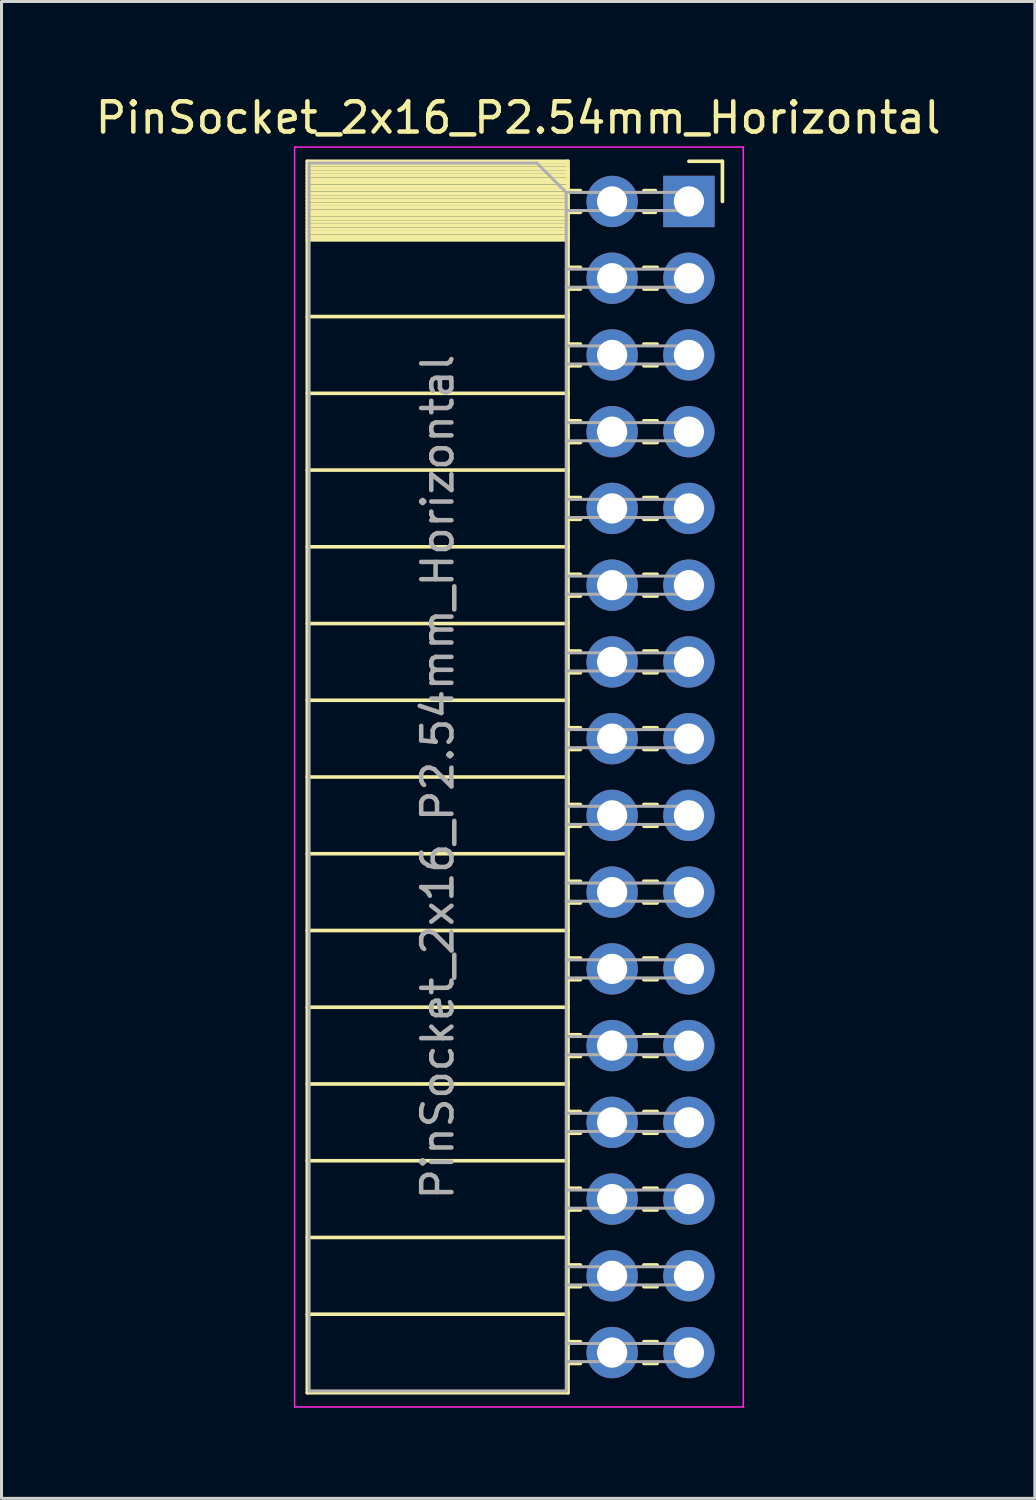
<source format=kicad_pcb>
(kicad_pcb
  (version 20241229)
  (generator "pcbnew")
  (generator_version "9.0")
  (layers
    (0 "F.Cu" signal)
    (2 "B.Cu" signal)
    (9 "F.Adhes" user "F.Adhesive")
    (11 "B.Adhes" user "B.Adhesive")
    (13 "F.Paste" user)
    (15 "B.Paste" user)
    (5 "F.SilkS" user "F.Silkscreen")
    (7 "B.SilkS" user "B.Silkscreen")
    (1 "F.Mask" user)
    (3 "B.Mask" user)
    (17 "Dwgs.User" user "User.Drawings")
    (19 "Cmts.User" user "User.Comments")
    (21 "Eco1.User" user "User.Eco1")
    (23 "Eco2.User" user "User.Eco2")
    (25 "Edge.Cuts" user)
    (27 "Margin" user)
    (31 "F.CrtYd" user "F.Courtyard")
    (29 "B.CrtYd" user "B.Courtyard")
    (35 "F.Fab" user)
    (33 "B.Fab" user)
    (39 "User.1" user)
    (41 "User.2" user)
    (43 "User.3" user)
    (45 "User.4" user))
  (footprint "PinSocket_2x16_P2.54mm_Horizontal"
    (layer "F.Cu")
    (at 19.751 3.618)
    (property "Reference" "PinSocket_2x16_P2.54mm_Horizontal" (at -5.65 -2.77 0) (layer "F.SilkS") (effects (font (size 1 1) (thickness 0.15))))
    (attr through_hole)
    (fp_line (start -12.63 -1.33) (end -12.63 39.43) (stroke (width 0.12) (type solid)) (layer "F.SilkS"))
    (fp_line (start -12.63 -1.33) (end -4 -1.33) (stroke (width 0.12) (type solid)) (layer "F.SilkS"))
    (fp_line (start -12.63 -1.21) (end -4 -1.21) (stroke (width 0.12) (type solid)) (layer "F.SilkS"))
    (fp_line (start -12.63 -1.092) (end -4 -1.092) (stroke (width 0.12) (type solid)) (layer "F.SilkS"))
    (fp_line (start -12.63 -0.974) (end -4 -0.974) (stroke (width 0.12) (type solid)) (layer "F.SilkS"))
    (fp_line (start -12.63 -0.856) (end -4 -0.856) (stroke (width 0.12) (type solid)) (layer "F.SilkS"))
    (fp_line (start -12.63 -0.738) (end -4 -0.738) (stroke (width 0.12) (type solid)) (layer "F.SilkS"))
    (fp_line (start -12.63 -0.62) (end -4 -0.62) (stroke (width 0.12) (type solid)) (layer "F.SilkS"))
    (fp_line (start -12.63 -0.501) (end -4 -0.501) (stroke (width 0.12) (type solid)) (layer "F.SilkS"))
    (fp_line (start -12.63 -0.383) (end -4 -0.383) (stroke (width 0.12) (type solid)) (layer "F.SilkS"))
    (fp_line (start -12.63 -0.265) (end -4 -0.265) (stroke (width 0.12) (type solid)) (layer "F.SilkS"))
    (fp_line (start -12.63 -0.147) (end -4 -0.147) (stroke (width 0.12) (type solid)) (layer "F.SilkS"))
    (fp_line (start -12.63 -0.029) (end -4 -0.029) (stroke (width 0.12) (type solid)) (layer "F.SilkS"))
    (fp_line (start -12.63 0.089) (end -4 0.089) (stroke (width 0.12) (type solid)) (layer "F.SilkS"))
    (fp_line (start -12.63 0.207) (end -4 0.207) (stroke (width 0.12) (type solid)) (layer "F.SilkS"))
    (fp_line (start -12.63 0.325) (end -4 0.325) (stroke (width 0.12) (type solid)) (layer "F.SilkS"))
    (fp_line (start -12.63 0.443) (end -4 0.443) (stroke (width 0.12) (type solid)) (layer "F.SilkS"))
    (fp_line (start -12.63 0.561) (end -4 0.561) (stroke (width 0.12) (type solid)) (layer "F.SilkS"))
    (fp_line (start -12.63 0.68) (end -4 0.68) (stroke (width 0.12) (type solid)) (layer "F.SilkS"))
    (fp_line (start -12.63 0.798) (end -4 0.798) (stroke (width 0.12) (type solid)) (layer "F.SilkS"))
    (fp_line (start -12.63 0.916) (end -4 0.916) (stroke (width 0.12) (type solid)) (layer "F.SilkS"))
    (fp_line (start -12.63 1.034) (end -4 1.034) (stroke (width 0.12) (type solid)) (layer "F.SilkS"))
    (fp_line (start -12.63 1.152) (end -4 1.152) (stroke (width 0.12) (type solid)) (layer "F.SilkS"))
    (fp_line (start -12.63 1.27) (end -4 1.27) (stroke (width 0.12) (type solid)) (layer "F.SilkS"))
    (fp_line (start -12.63 3.81) (end -4 3.81) (stroke (width 0.12) (type solid)) (layer "F.SilkS"))
    (fp_line (start -12.63 6.35) (end -4 6.35) (stroke (width 0.12) (type solid)) (layer "F.SilkS"))
    (fp_line (start -12.63 8.89) (end -4 8.89) (stroke (width 0.12) (type solid)) (layer "F.SilkS"))
    (fp_line (start -12.63 11.43) (end -4 11.43) (stroke (width 0.12) (type solid)) (layer "F.SilkS"))
    (fp_line (start -12.63 13.97) (end -4 13.97) (stroke (width 0.12) (type solid)) (layer "F.SilkS"))
    (fp_line (start -12.63 16.51) (end -4 16.51) (stroke (width 0.12) (type solid)) (layer "F.SilkS"))
    (fp_line (start -12.63 19.05) (end -4 19.05) (stroke (width 0.12) (type solid)) (layer "F.SilkS"))
    (fp_line (start -12.63 21.59) (end -4 21.59) (stroke (width 0.12) (type solid)) (layer "F.SilkS"))
    (fp_line (start -12.63 24.13) (end -4 24.13) (stroke (width 0.12) (type solid)) (layer "F.SilkS"))
    (fp_line (start -12.63 26.67) (end -4 26.67) (stroke (width 0.12) (type solid)) (layer "F.SilkS"))
    (fp_line (start -12.63 29.21) (end -4 29.21) (stroke (width 0.12) (type solid)) (layer "F.SilkS"))
    (fp_line (start -12.63 31.75) (end -4 31.75) (stroke (width 0.12) (type solid)) (layer "F.SilkS"))
    (fp_line (start -12.63 34.29) (end -4 34.29) (stroke (width 0.12) (type solid)) (layer "F.SilkS"))
    (fp_line (start -12.63 36.83) (end -4 36.83) (stroke (width 0.12) (type solid)) (layer "F.SilkS"))
    (fp_line (start -12.63 39.43) (end -4 39.43) (stroke (width 0.12) (type solid)) (layer "F.SilkS"))
    (fp_line (start -4 -1.33) (end -4 39.43) (stroke (width 0.12) (type solid)) (layer "F.SilkS"))
    (fp_line (start -4 -0.36) (end -3.59 -0.36) (stroke (width 0.12) (type solid)) (layer "F.SilkS"))
    (fp_line (start -4 0.36) (end -3.59 0.36) (stroke (width 0.12) (type solid)) (layer "F.SilkS"))
    (fp_line (start -4 2.18) (end -3.59 2.18) (stroke (width 0.12) (type solid)) (layer "F.SilkS"))
    (fp_line (start -4 2.9) (end -3.59 2.9) (stroke (width 0.12) (type solid)) (layer "F.SilkS"))
    (fp_line (start -4 4.72) (end -3.59 4.72) (stroke (width 0.12) (type solid)) (layer "F.SilkS"))
    (fp_line (start -4 5.44) (end -3.59 5.44) (stroke (width 0.12) (type solid)) (layer "F.SilkS"))
    (fp_line (start -4 7.26) (end -3.59 7.26) (stroke (width 0.12) (type solid)) (layer "F.SilkS"))
    (fp_line (start -4 7.98) (end -3.59 7.98) (stroke (width 0.12) (type solid)) (layer "F.SilkS"))
    (fp_line (start -4 9.8) (end -3.59 9.8) (stroke (width 0.12) (type solid)) (layer "F.SilkS"))
    (fp_line (start -4 10.52) (end -3.59 10.52) (stroke (width 0.12) (type solid)) (layer "F.SilkS"))
    (fp_line (start -4 12.34) (end -3.59 12.34) (stroke (width 0.12) (type solid)) (layer "F.SilkS"))
    (fp_line (start -4 13.06) (end -3.59 13.06) (stroke (width 0.12) (type solid)) (layer "F.SilkS"))
    (fp_line (start -4 14.88) (end -3.59 14.88) (stroke (width 0.12) (type solid)) (layer "F.SilkS"))
    (fp_line (start -4 15.6) (end -3.59 15.6) (stroke (width 0.12) (type solid)) (layer "F.SilkS"))
    (fp_line (start -4 17.42) (end -3.59 17.42) (stroke (width 0.12) (type solid)) (layer "F.SilkS"))
    (fp_line (start -4 18.14) (end -3.59 18.14) (stroke (width 0.12) (type solid)) (layer "F.SilkS"))
    (fp_line (start -4 19.96) (end -3.59 19.96) (stroke (width 0.12) (type solid)) (layer "F.SilkS"))
    (fp_line (start -4 20.68) (end -3.59 20.68) (stroke (width 0.12) (type solid)) (layer "F.SilkS"))
    (fp_line (start -4 22.5) (end -3.59 22.5) (stroke (width 0.12) (type solid)) (layer "F.SilkS"))
    (fp_line (start -4 23.22) (end -3.59 23.22) (stroke (width 0.12) (type solid)) (layer "F.SilkS"))
    (fp_line (start -4 25.04) (end -3.59 25.04) (stroke (width 0.12) (type solid)) (layer "F.SilkS"))
    (fp_line (start -4 25.76) (end -3.59 25.76) (stroke (width 0.12) (type solid)) (layer "F.SilkS"))
    (fp_line (start -4 27.58) (end -3.59 27.58) (stroke (width 0.12) (type solid)) (layer "F.SilkS"))
    (fp_line (start -4 28.3) (end -3.59 28.3) (stroke (width 0.12) (type solid)) (layer "F.SilkS"))
    (fp_line (start -4 30.12) (end -3.59 30.12) (stroke (width 0.12) (type solid)) (layer "F.SilkS"))
    (fp_line (start -4 30.84) (end -3.59 30.84) (stroke (width 0.12) (type solid)) (layer "F.SilkS"))
    (fp_line (start -4 32.66) (end -3.59 32.66) (stroke (width 0.12) (type solid)) (layer "F.SilkS"))
    (fp_line (start -4 33.38) (end -3.59 33.38) (stroke (width 0.12) (type solid)) (layer "F.SilkS"))
    (fp_line (start -4 35.2) (end -3.59 35.2) (stroke (width 0.12) (type solid)) (layer "F.SilkS"))
    (fp_line (start -4 35.92) (end -3.59 35.92) (stroke (width 0.12) (type solid)) (layer "F.SilkS"))
    (fp_line (start -4 37.74) (end -3.59 37.74) (stroke (width 0.12) (type solid)) (layer "F.SilkS"))
    (fp_line (start -4 38.46) (end -3.59 38.46) (stroke (width 0.12) (type solid)) (layer "F.SilkS"))
    (fp_line (start -1.49 -0.36) (end -1.11 -0.36) (stroke (width 0.12) (type solid)) (layer "F.SilkS"))
    (fp_line (start -1.49 0.36) (end -1.11 0.36) (stroke (width 0.12) (type solid)) (layer "F.SilkS"))
    (fp_line (start -1.49 2.18) (end -1.05 2.18) (stroke (width 0.12) (type solid)) (layer "F.SilkS"))
    (fp_line (start -1.49 2.9) (end -1.05 2.9) (stroke (width 0.12) (type solid)) (layer "F.SilkS"))
    (fp_line (start -1.49 4.72) (end -1.05 4.72) (stroke (width 0.12) (type solid)) (layer "F.SilkS"))
    (fp_line (start -1.49 5.44) (end -1.05 5.44) (stroke (width 0.12) (type solid)) (layer "F.SilkS"))
    (fp_line (start -1.49 7.26) (end -1.05 7.26) (stroke (width 0.12) (type solid)) (layer "F.SilkS"))
    (fp_line (start -1.49 7.98) (end -1.05 7.98) (stroke (width 0.12) (type solid)) (layer "F.SilkS"))
    (fp_line (start -1.49 9.8) (end -1.05 9.8) (stroke (width 0.12) (type solid)) (layer "F.SilkS"))
    (fp_line (start -1.49 10.52) (end -1.05 10.52) (stroke (width 0.12) (type solid)) (layer "F.SilkS"))
    (fp_line (start -1.49 12.34) (end -1.05 12.34) (stroke (width 0.12) (type solid)) (layer "F.SilkS"))
    (fp_line (start -1.49 13.06) (end -1.05 13.06) (stroke (width 0.12) (type solid)) (layer "F.SilkS"))
    (fp_line (start -1.49 14.88) (end -1.05 14.88) (stroke (width 0.12) (type solid)) (layer "F.SilkS"))
    (fp_line (start -1.49 15.6) (end -1.05 15.6) (stroke (width 0.12) (type solid)) (layer "F.SilkS"))
    (fp_line (start -1.49 17.42) (end -1.05 17.42) (stroke (width 0.12) (type solid)) (layer "F.SilkS"))
    (fp_line (start -1.49 18.14) (end -1.05 18.14) (stroke (width 0.12) (type solid)) (layer "F.SilkS"))
    (fp_line (start -1.49 19.96) (end -1.05 19.96) (stroke (width 0.12) (type solid)) (layer "F.SilkS"))
    (fp_line (start -1.49 20.68) (end -1.05 20.68) (stroke (width 0.12) (type solid)) (layer "F.SilkS"))
    (fp_line (start -1.49 22.5) (end -1.05 22.5) (stroke (width 0.12) (type solid)) (layer "F.SilkS"))
    (fp_line (start -1.49 23.22) (end -1.05 23.22) (stroke (width 0.12) (type solid)) (layer "F.SilkS"))
    (fp_line (start -1.49 25.04) (end -1.05 25.04) (stroke (width 0.12) (type solid)) (layer "F.SilkS"))
    (fp_line (start -1.49 25.76) (end -1.05 25.76) (stroke (width 0.12) (type solid)) (layer "F.SilkS"))
    (fp_line (start -1.49 27.58) (end -1.05 27.58) (stroke (width 0.12) (type solid)) (layer "F.SilkS"))
    (fp_line (start -1.49 28.3) (end -1.05 28.3) (stroke (width 0.12) (type solid)) (layer "F.SilkS"))
    (fp_line (start -1.49 30.12) (end -1.05 30.12) (stroke (width 0.12) (type solid)) (layer "F.SilkS"))
    (fp_line (start -1.49 30.84) (end -1.05 30.84) (stroke (width 0.12) (type solid)) (layer "F.SilkS"))
    (fp_line (start -1.49 32.66) (end -1.05 32.66) (stroke (width 0.12) (type solid)) (layer "F.SilkS"))
    (fp_line (start -1.49 33.38) (end -1.05 33.38) (stroke (width 0.12) (type solid)) (layer "F.SilkS"))
    (fp_line (start -1.49 35.2) (end -1.05 35.2) (stroke (width 0.12) (type solid)) (layer "F.SilkS"))
    (fp_line (start -1.49 35.92) (end -1.05 35.92) (stroke (width 0.12) (type solid)) (layer "F.SilkS"))
    (fp_line (start -1.49 37.74) (end -1.05 37.74) (stroke (width 0.12) (type solid)) (layer "F.SilkS"))
    (fp_line (start -1.49 38.46) (end -1.05 38.46) (stroke (width 0.12) (type solid)) (layer "F.SilkS"))
    (fp_line (start 0 -1.33) (end 1.11 -1.33) (stroke (width 0.12) (type solid)) (layer "F.SilkS"))
    (fp_line (start 1.11 -1.33) (end 1.11 0) (stroke (width 0.12) (type solid)) (layer "F.SilkS"))
    (fp_line (start -13.05 -1.8) (end -13.05 39.9) (stroke (width 0.05) (type solid)) (layer "F.CrtYd"))
    (fp_line (start -13.05 39.9) (end 1.8 39.9) (stroke (width 0.05) (type solid)) (layer "F.CrtYd"))
    (fp_line (start 1.8 -1.8) (end -13.05 -1.8) (stroke (width 0.05) (type solid)) (layer "F.CrtYd"))
    (fp_line (start 1.8 39.9) (end 1.8 -1.8) (stroke (width 0.05) (type solid)) (layer "F.CrtYd"))
    (fp_line (start -12.57 -1.27) (end -5.03 -1.27) (stroke (width 0.1) (type solid)) (layer "F.Fab"))
    (fp_line (start -12.57 39.37) (end -12.57 -1.27) (stroke (width 0.1) (type solid)) (layer "F.Fab"))
    (fp_line (start -5.03 -1.27) (end -4.06 -0.3) (stroke (width 0.1) (type solid)) (layer "F.Fab"))
    (fp_line (start -4.06 -0.3) (end -4.06 39.37) (stroke (width 0.1) (type solid)) (layer "F.Fab"))
    (fp_line (start -4.06 0.3) (end 0 0.3) (stroke (width 0.1) (type solid)) (layer "F.Fab"))
    (fp_line (start -4.06 2.84) (end 0 2.84) (stroke (width 0.1) (type solid)) (layer "F.Fab"))
    (fp_line (start -4.06 5.38) (end 0 5.38) (stroke (width 0.1) (type solid)) (layer "F.Fab"))
    (fp_line (start -4.06 7.92) (end 0 7.92) (stroke (width 0.1) (type solid)) (layer "F.Fab"))
    (fp_line (start -4.06 10.46) (end 0 10.46) (stroke (width 0.1) (type solid)) (layer "F.Fab"))
    (fp_line (start -4.06 13) (end 0 13) (stroke (width 0.1) (type solid)) (layer "F.Fab"))
    (fp_line (start -4.06 15.54) (end 0 15.54) (stroke (width 0.1) (type solid)) (layer "F.Fab"))
    (fp_line (start -4.06 18.08) (end 0 18.08) (stroke (width 0.1) (type solid)) (layer "F.Fab"))
    (fp_line (start -4.06 20.62) (end 0 20.62) (stroke (width 0.1) (type solid)) (layer "F.Fab"))
    (fp_line (start -4.06 23.16) (end 0 23.16) (stroke (width 0.1) (type solid)) (layer "F.Fab"))
    (fp_line (start -4.06 25.7) (end 0 25.7) (stroke (width 0.1) (type solid)) (layer "F.Fab"))
    (fp_line (start -4.06 28.24) (end 0 28.24) (stroke (width 0.1) (type solid)) (layer "F.Fab"))
    (fp_line (start -4.06 30.78) (end 0 30.78) (stroke (width 0.1) (type solid)) (layer "F.Fab"))
    (fp_line (start -4.06 33.32) (end 0 33.32) (stroke (width 0.1) (type solid)) (layer "F.Fab"))
    (fp_line (start -4.06 35.86) (end 0 35.86) (stroke (width 0.1) (type solid)) (layer "F.Fab"))
    (fp_line (start -4.06 38.4) (end 0 38.4) (stroke (width 0.1) (type solid)) (layer "F.Fab"))
    (fp_line (start -4.06 39.37) (end -12.57 39.37) (stroke (width 0.1) (type solid)) (layer "F.Fab"))
    (fp_line (start 0 -0.3) (end -4.06 -0.3) (stroke (width 0.1) (type solid)) (layer "F.Fab"))
    (fp_line (start 0 0.3) (end 0 -0.3) (stroke (width 0.1) (type solid)) (layer "F.Fab"))
    (fp_line (start 0 2.24) (end -4.06 2.24) (stroke (width 0.1) (type solid)) (layer "F.Fab"))
    (fp_line (start 0 2.84) (end 0 2.24) (stroke (width 0.1) (type solid)) (layer "F.Fab"))
    (fp_line (start 0 4.78) (end -4.06 4.78) (stroke (width 0.1) (type solid)) (layer "F.Fab"))
    (fp_line (start 0 5.38) (end 0 4.78) (stroke (width 0.1) (type solid)) (layer "F.Fab"))
    (fp_line (start 0 7.32) (end -4.06 7.32) (stroke (width 0.1) (type solid)) (layer "F.Fab"))
    (fp_line (start 0 7.92) (end 0 7.32) (stroke (width 0.1) (type solid)) (layer "F.Fab"))
    (fp_line (start 0 9.86) (end -4.06 9.86) (stroke (width 0.1) (type solid)) (layer "F.Fab"))
    (fp_line (start 0 10.46) (end 0 9.86) (stroke (width 0.1) (type solid)) (layer "F.Fab"))
    (fp_line (start 0 12.4) (end -4.06 12.4) (stroke (width 0.1) (type solid)) (layer "F.Fab"))
    (fp_line (start 0 13) (end 0 12.4) (stroke (width 0.1) (type solid)) (layer "F.Fab"))
    (fp_line (start 0 14.94) (end -4.06 14.94) (stroke (width 0.1) (type solid)) (layer "F.Fab"))
    (fp_line (start 0 15.54) (end 0 14.94) (stroke (width 0.1) (type solid)) (layer "F.Fab"))
    (fp_line (start 0 17.48) (end -4.06 17.48) (stroke (width 0.1) (type solid)) (layer "F.Fab"))
    (fp_line (start 0 18.08) (end 0 17.48) (stroke (width 0.1) (type solid)) (layer "F.Fab"))
    (fp_line (start 0 20.02) (end -4.06 20.02) (stroke (width 0.1) (type solid)) (layer "F.Fab"))
    (fp_line (start 0 20.62) (end 0 20.02) (stroke (width 0.1) (type solid)) (layer "F.Fab"))
    (fp_line (start 0 22.56) (end -4.06 22.56) (stroke (width 0.1) (type solid)) (layer "F.Fab"))
    (fp_line (start 0 23.16) (end 0 22.56) (stroke (width 0.1) (type solid)) (layer "F.Fab"))
    (fp_line (start 0 25.1) (end -4.06 25.1) (stroke (width 0.1) (type solid)) (layer "F.Fab"))
    (fp_line (start 0 25.7) (end 0 25.1) (stroke (width 0.1) (type solid)) (layer "F.Fab"))
    (fp_line (start 0 27.64) (end -4.06 27.64) (stroke (width 0.1) (type solid)) (layer "F.Fab"))
    (fp_line (start 0 28.24) (end 0 27.64) (stroke (width 0.1) (type solid)) (layer "F.Fab"))
    (fp_line (start 0 30.18) (end -4.06 30.18) (stroke (width 0.1) (type solid)) (layer "F.Fab"))
    (fp_line (start 0 30.78) (end 0 30.18) (stroke (width 0.1) (type solid)) (layer "F.Fab"))
    (fp_line (start 0 32.72) (end -4.06 32.72) (stroke (width 0.1) (type solid)) (layer "F.Fab"))
    (fp_line (start 0 33.32) (end 0 32.72) (stroke (width 0.1) (type solid)) (layer "F.Fab"))
    (fp_line (start 0 35.26) (end -4.06 35.26) (stroke (width 0.1) (type solid)) (layer "F.Fab"))
    (fp_line (start 0 35.86) (end 0 35.26) (stroke (width 0.1) (type solid)) (layer "F.Fab"))
    (fp_line (start 0 37.8) (end -4.06 37.8) (stroke (width 0.1) (type solid)) (layer "F.Fab"))
    (fp_line (start 0 38.4) (end 0 37.8) (stroke (width 0.1) (type solid)) (layer "F.Fab"))
    (fp_text user "${REFERENCE}" (at -8.315 19.05 90) (layer "F.Fab") (effects (font (size 1 1) (thickness 0.15))))
    (pad "1" thru_hole rect (at 0 0) (size 1.7 1.7) (drill 1) (layers "*.Cu" "*.Mask"))
    (pad "2" thru_hole oval (at -2.54 0) (size 1.7 1.7) (drill 1) (layers "*.Cu" "*.Mask"))
    (pad "3" thru_hole oval (at 0 2.54) (size 1.7 1.7) (drill 1) (layers "*.Cu" "*.Mask"))
    (pad "4" thru_hole oval (at -2.54 2.54) (size 1.7 1.7) (drill 1) (layers "*.Cu" "*.Mask"))
    (pad "5" thru_hole oval (at 0 5.08) (size 1.7 1.7) (drill 1) (layers "*.Cu" "*.Mask"))
    (pad "6" thru_hole oval (at -2.54 5.08) (size 1.7 1.7) (drill 1) (layers "*.Cu" "*.Mask"))
    (pad "7" thru_hole oval (at 0 7.62) (size 1.7 1.7) (drill 1) (layers "*.Cu" "*.Mask"))
    (pad "8" thru_hole oval (at -2.54 7.62) (size 1.7 1.7) (drill 1) (layers "*.Cu" "*.Mask"))
    (pad "9" thru_hole oval (at 0 10.16) (size 1.7 1.7) (drill 1) (layers "*.Cu" "*.Mask"))
    (pad "10" thru_hole oval (at -2.54 10.16) (size 1.7 1.7) (drill 1) (layers "*.Cu" "*.Mask"))
    (pad "11" thru_hole oval (at 0 12.7) (size 1.7 1.7) (drill 1) (layers "*.Cu" "*.Mask"))
    (pad "12" thru_hole oval (at -2.54 12.7) (size 1.7 1.7) (drill 1) (layers "*.Cu" "*.Mask"))
    (pad "13" thru_hole oval (at 0 15.24) (size 1.7 1.7) (drill 1) (layers "*.Cu" "*.Mask"))
    (pad "14" thru_hole oval (at -2.54 15.24) (size 1.7 1.7) (drill 1) (layers "*.Cu" "*.Mask"))
    (pad "15" thru_hole oval (at 0 17.78) (size 1.7 1.7) (drill 1) (layers "*.Cu" "*.Mask"))
    (pad "16" thru_hole oval (at -2.54 17.78) (size 1.7 1.7) (drill 1) (layers "*.Cu" "*.Mask"))
    (pad "17" thru_hole oval (at 0 20.32) (size 1.7 1.7) (drill 1) (layers "*.Cu" "*.Mask"))
    (pad "18" thru_hole oval (at -2.54 20.32) (size 1.7 1.7) (drill 1) (layers "*.Cu" "*.Mask"))
    (pad "19" thru_hole oval (at 0 22.86) (size 1.7 1.7) (drill 1) (layers "*.Cu" "*.Mask"))
    (pad "20" thru_hole oval (at -2.54 22.86) (size 1.7 1.7) (drill 1) (layers "*.Cu" "*.Mask"))
    (pad "21" thru_hole oval (at 0 25.4) (size 1.7 1.7) (drill 1) (layers "*.Cu" "*.Mask"))
    (pad "22" thru_hole oval (at -2.54 25.4) (size 1.7 1.7) (drill 1) (layers "*.Cu" "*.Mask"))
    (pad "23" thru_hole oval (at 0 27.94) (size 1.7 1.7) (drill 1) (layers "*.Cu" "*.Mask"))
    (pad "24" thru_hole oval (at -2.54 27.94) (size 1.7 1.7) (drill 1) (layers "*.Cu" "*.Mask"))
    (pad "25" thru_hole oval (at 0 30.48) (size 1.7 1.7) (drill 1) (layers "*.Cu" "*.Mask"))
    (pad "26" thru_hole oval (at -2.54 30.48) (size 1.7 1.7) (drill 1) (layers "*.Cu" "*.Mask"))
    (pad "27" thru_hole oval (at 0 33.02) (size 1.7 1.7) (drill 1) (layers "*.Cu" "*.Mask"))
    (pad "28" thru_hole oval (at -2.54 33.02) (size 1.7 1.7) (drill 1) (layers "*.Cu" "*.Mask"))
    (pad "29" thru_hole oval (at 0 35.56) (size 1.7 1.7) (drill 1) (layers "*.Cu" "*.Mask"))
    (pad "30" thru_hole oval (at -2.54 35.56) (size 1.7 1.7) (drill 1) (layers "*.Cu" "*.Mask"))
    (pad "31" thru_hole oval (at 0 38.1) (size 1.7 1.7) (drill 1) (layers "*.Cu" "*.Mask"))
    (pad "32" thru_hole oval (at -2.54 38.1) (size 1.7 1.7) (drill 1) (layers "*.Cu" "*.Mask")))
  (gr_rect
    (start -3 -3)
    (end 31.202 46.543)
    (stroke (width 0.1) (type default))
    (fill no)
    (layer "Edge.Cuts")))
</source>
